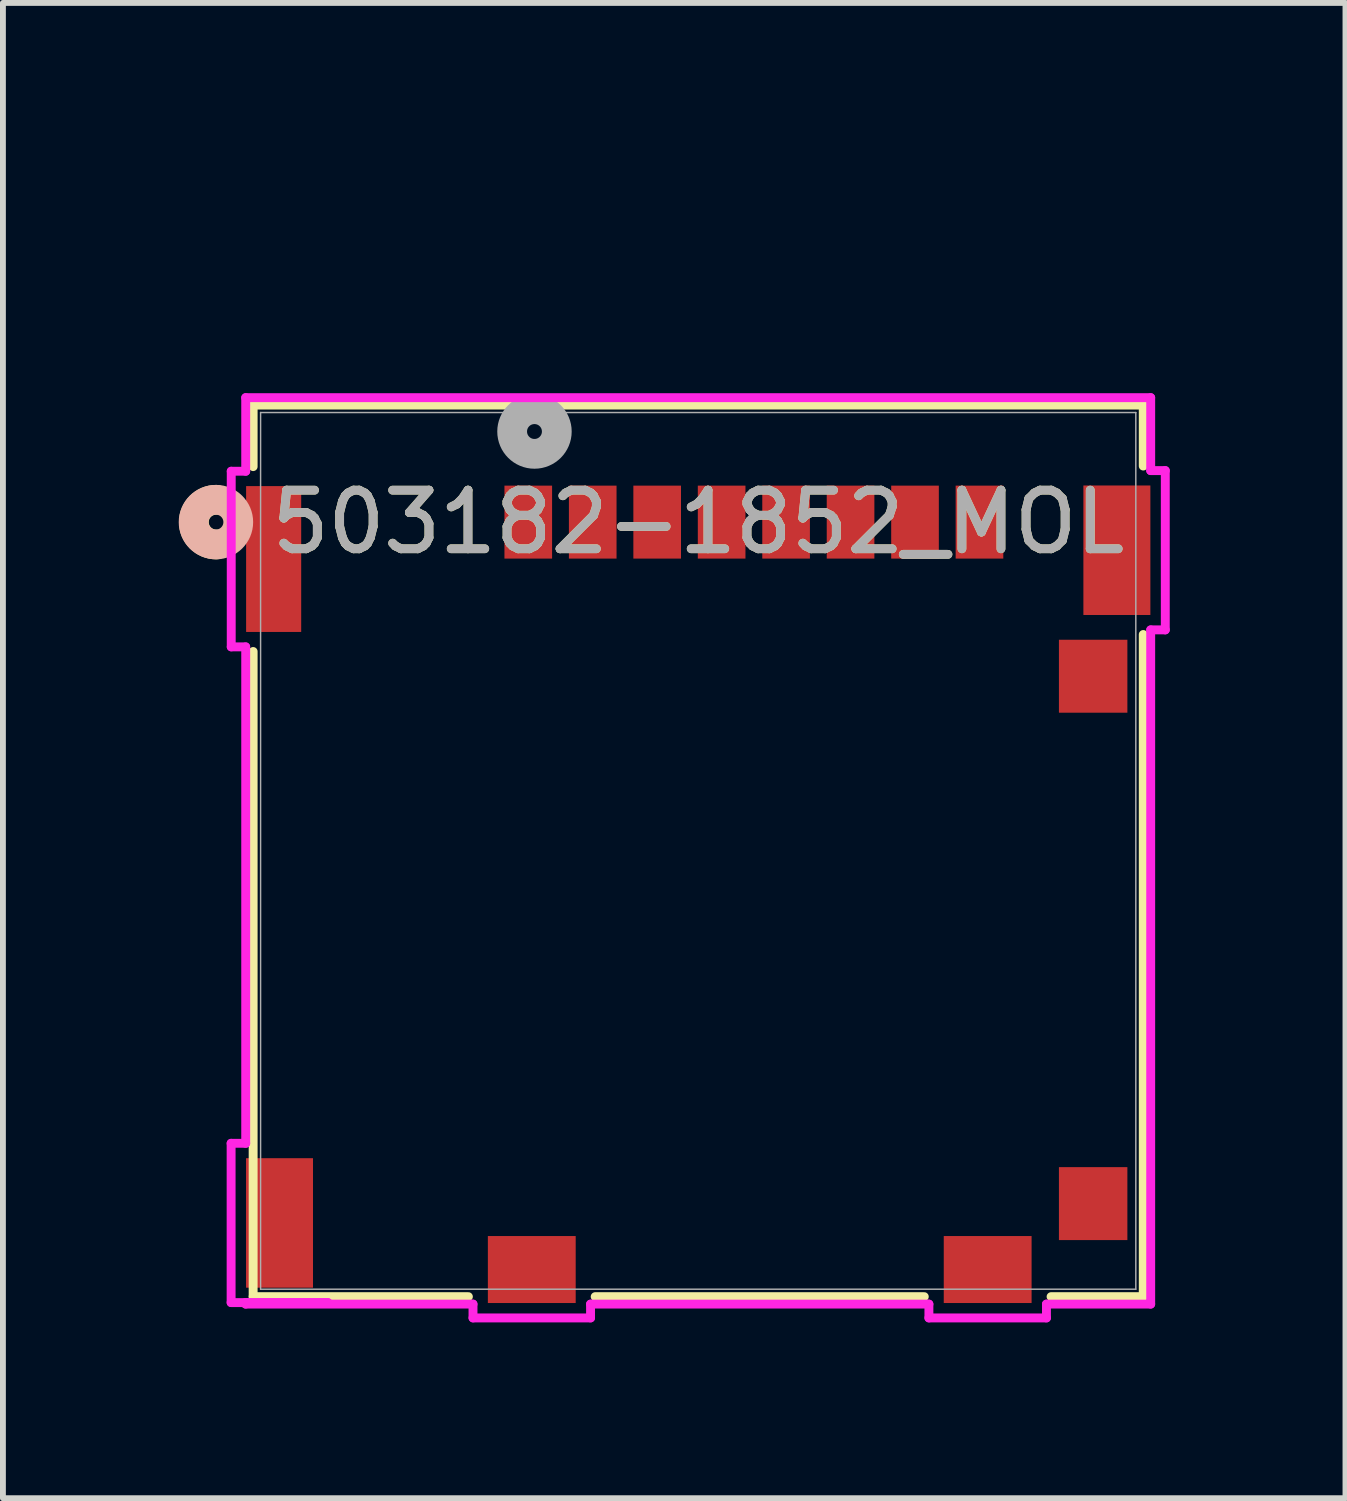
<source format=kicad_pcb>
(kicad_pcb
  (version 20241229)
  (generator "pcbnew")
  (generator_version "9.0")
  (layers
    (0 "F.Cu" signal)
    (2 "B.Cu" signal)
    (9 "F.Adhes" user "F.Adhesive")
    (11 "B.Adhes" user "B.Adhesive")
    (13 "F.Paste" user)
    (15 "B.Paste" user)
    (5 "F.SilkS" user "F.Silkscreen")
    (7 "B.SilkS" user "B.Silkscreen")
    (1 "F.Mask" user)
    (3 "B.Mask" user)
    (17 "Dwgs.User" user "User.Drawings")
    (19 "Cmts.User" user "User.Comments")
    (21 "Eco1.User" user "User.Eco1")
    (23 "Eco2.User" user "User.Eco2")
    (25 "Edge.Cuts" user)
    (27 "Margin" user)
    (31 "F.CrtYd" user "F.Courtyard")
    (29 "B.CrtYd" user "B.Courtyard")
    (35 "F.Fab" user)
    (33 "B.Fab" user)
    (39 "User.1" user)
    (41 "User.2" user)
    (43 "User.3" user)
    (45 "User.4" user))
  (footprint "503182-1852_MOL"
    (layer "F.Cu")
    (at 8.865 0.25)
    (property "Reference" "503182-1852_MOL" (at 0 5.61 0) (unlocked yes) (layer "F.SilkS") (effects (font (size 1 1) (thickness 0.15))))
    (attr smd)
    (fp_line (start -7.595 3.613) (end -7.595 4.663) (stroke (width 0.152) (type solid)) (layer "F.SilkS"))
    (fp_line (start -7.595 7.818) (end -7.595 18.828) (stroke (width 0.152) (type solid)) (layer "F.SilkS"))
    (fp_line (start -7.595 18.828) (end -3.922 18.828) (stroke (width 0.152) (type solid)) (layer "F.SilkS"))
    (fp_line (start -1.758 18.828) (end 3.858 18.828) (stroke (width 0.152) (type solid)) (layer "F.SilkS"))
    (fp_line (start 6.022 18.828) (end 7.595 18.828) (stroke (width 0.152) (type solid)) (layer "F.SilkS"))
    (fp_line (start 7.595 3.613) (end -7.595 3.613) (stroke (width 0.152) (type solid)) (layer "F.SilkS"))
    (fp_line (start 7.595 4.653) (end 7.595 3.613) (stroke (width 0.152) (type solid)) (layer "F.SilkS"))
    (fp_line (start 7.595 18.828) (end 7.595 7.528) (stroke (width 0.152) (type solid)) (layer "F.SilkS"))
    (fp_arc (start -8.22544 5.991276) (mid -8.6106 5.610299) (end -8.22544 5.229321) (stroke (width 0.508) (type solid)) (layer "F.SilkS"))
    (fp_circle (center -8.23 5.61) (end -7.849 5.61) (stroke (width 0.508) (type solid)) (fill no) (layer "B.SilkS"))
    (fp_line (start -7.971 16.211) (end -7.971 18.929) (stroke (width 0.152) (type solid)) (layer "F.CrtYd"))
    (fp_line (start -7.971 18.929) (end -6.32 18.929) (stroke (width 0.152) (type solid)) (layer "F.CrtYd"))
    (fp_line (start -7.969 4.742) (end -7.969 7.739) (stroke (width 0.152) (type solid)) (layer "F.CrtYd"))
    (fp_line (start -7.969 7.739) (end -7.722 7.739) (stroke (width 0.152) (type solid)) (layer "F.CrtYd"))
    (fp_line (start -7.722 3.486) (end -7.722 4.742) (stroke (width 0.152) (type solid)) (layer "F.CrtYd"))
    (fp_line (start -7.722 4.742) (end -7.969 4.742) (stroke (width 0.152) (type solid)) (layer "F.CrtYd"))
    (fp_line (start -7.722 7.739) (end -7.722 16.211) (stroke (width 0.152) (type solid)) (layer "F.CrtYd"))
    (fp_line (start -7.722 16.211) (end -7.971 16.211) (stroke (width 0.152) (type solid)) (layer "F.CrtYd"))
    (fp_line (start -7.722 18.929) (end -7.722 18.955) (stroke (width 0.152) (type solid)) (layer "F.CrtYd"))
    (fp_line (start -7.722 18.955) (end -3.843 18.955) (stroke (width 0.152) (type solid)) (layer "F.CrtYd"))
    (fp_line (start -6.32 18.929) (end -7.722 18.929) (stroke (width 0.152) (type solid)) (layer "F.CrtYd"))
    (fp_line (start -3.843 18.955) (end -3.843 19.191) (stroke (width 0.152) (type solid)) (layer "F.CrtYd"))
    (fp_line (start -3.843 19.191) (end -1.837 19.191) (stroke (width 0.152) (type solid)) (layer "F.CrtYd"))
    (fp_line (start -1.837 18.955) (end 3.937 18.955) (stroke (width 0.152) (type solid)) (layer "F.CrtYd"))
    (fp_line (start -1.837 19.191) (end -1.837 18.955) (stroke (width 0.152) (type solid)) (layer "F.CrtYd"))
    (fp_line (start 3.937 18.955) (end 3.937 19.191) (stroke (width 0.152) (type solid)) (layer "F.CrtYd"))
    (fp_line (start 3.937 19.191) (end 5.943 19.191) (stroke (width 0.152) (type solid)) (layer "F.CrtYd"))
    (fp_line (start 5.943 18.955) (end 7.722 18.955) (stroke (width 0.152) (type solid)) (layer "F.CrtYd"))
    (fp_line (start 5.943 19.191) (end 5.943 18.955) (stroke (width 0.152) (type solid)) (layer "F.CrtYd"))
    (fp_line (start 7.722 3.486) (end -7.722 3.486) (stroke (width 0.152) (type solid)) (layer "F.CrtYd"))
    (fp_line (start 7.722 4.731) (end 7.722 3.486) (stroke (width 0.152) (type solid)) (layer "F.CrtYd"))
    (fp_line (start 7.722 7.449) (end 7.971 7.449) (stroke (width 0.152) (type solid)) (layer "F.CrtYd"))
    (fp_line (start 7.722 18.955) (end 7.722 7.449) (stroke (width 0.152) (type solid)) (layer "F.CrtYd"))
    (fp_line (start 7.971 4.731) (end 7.722 4.731) (stroke (width 0.152) (type solid)) (layer "F.CrtYd"))
    (fp_line (start 7.971 7.449) (end 7.971 4.731) (stroke (width 0.152) (type solid)) (layer "F.CrtYd"))
    (fp_line (start -7.468 3.74) (end -7.468 18.701) (stroke (width 0.025) (type solid)) (layer "F.Fab"))
    (fp_line (start -7.468 18.701) (end 7.468 18.701) (stroke (width 0.025) (type solid)) (layer "F.Fab"))
    (fp_line (start 7.468 3.74) (end -7.468 3.74) (stroke (width 0.025) (type solid)) (layer "F.Fab"))
    (fp_line (start 7.468 18.701) (end 7.468 3.74) (stroke (width 0.025) (type solid)) (layer "F.Fab"))
    (fp_circle (center -2.794 4.064) (end -2.413 4.064) (stroke (width 0.508) (type solid)) (fill no) (layer "F.Fab"))
    (fp_text user "${REFERENCE}" (at 0 5.61 0) (unlocked yes) (layer "F.Fab") (effects (font (size 1 1) (thickness 0.15))))
    (pad "1" smd rect (at -2.9 5.61) (size 0.813 1.245) (layers "F.Cu" "F.Mask" "F.Paste"))
    (pad "2" smd rect (at -1.8 5.61) (size 0.813 1.245) (layers "F.Cu" "F.Mask" "F.Paste"))
    (pad "3" smd rect (at -0.7 5.61) (size 0.813 1.245) (layers "F.Cu" "F.Mask" "F.Paste"))
    (pad "4" smd rect (at 0.4 5.61) (size 0.813 1.245) (layers "F.Cu" "F.Mask" "F.Paste"))
    (pad "5" smd rect (at 1.5 5.61) (size 0.813 1.245) (layers "F.Cu" "F.Mask" "F.Paste"))
    (pad "6" smd rect (at 2.6 5.61) (size 0.813 1.245) (layers "F.Cu" "F.Mask" "F.Paste"))
    (pad "7" smd rect (at 3.7 5.61) (size 0.813 1.245) (layers "F.Cu" "F.Mask" "F.Paste"))
    (pad "8" smd rect (at 4.8 5.61) (size 0.813 1.245) (layers "F.Cu" "F.Mask" "F.Paste"))
    (pad "9" smd rect (at -2.84 18.365) (size 1.499 1.143) (layers "F.Cu" "F.Mask" "F.Paste"))
    (pad "10" smd rect (at 4.94 18.365) (size 1.499 1.143) (layers "F.Cu" "F.Mask" "F.Paste"))
    (pad "11" smd rect (at -7.245 6.24) (size 0.94 2.489) (layers "F.Cu" "F.Mask" "F.Paste"))
    (pad "12" smd rect (at 7.145 6.09) (size 1.143 2.21) (layers "F.Cu" "F.Mask" "F.Paste"))
    (pad "13" smd rect (at -7.145 17.57) (size 1.143 2.21) (layers "F.Cu" "F.Mask" "F.Paste"))
    (pad "14" smd rect (at 6.74 8.24) (size 1.168 1.245) (layers "F.Cu" "F.Mask" "F.Paste"))
    (pad "15" smd rect (at 6.74 17.24) (size 1.168 1.245) (layers "F.Cu" "F.Mask" "F.Paste")))
  (gr_rect
    (start -3 -3)
    (end 19.911 22.517)
    (stroke (width 0.1) (type default))
    (fill no)
    (layer "Edge.Cuts")))
</source>
